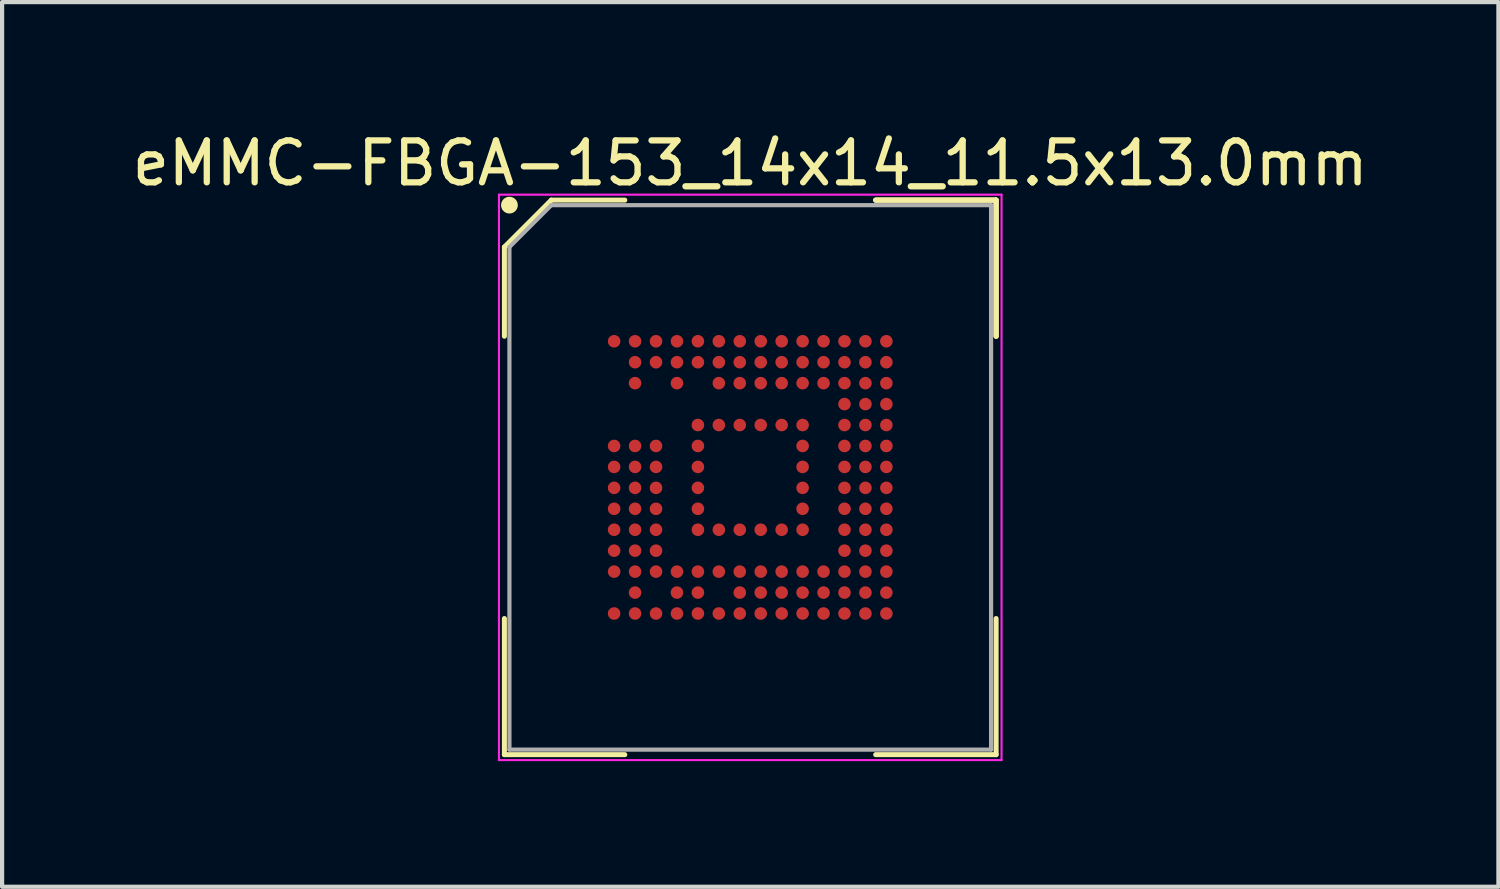
<source format=kicad_pcb>
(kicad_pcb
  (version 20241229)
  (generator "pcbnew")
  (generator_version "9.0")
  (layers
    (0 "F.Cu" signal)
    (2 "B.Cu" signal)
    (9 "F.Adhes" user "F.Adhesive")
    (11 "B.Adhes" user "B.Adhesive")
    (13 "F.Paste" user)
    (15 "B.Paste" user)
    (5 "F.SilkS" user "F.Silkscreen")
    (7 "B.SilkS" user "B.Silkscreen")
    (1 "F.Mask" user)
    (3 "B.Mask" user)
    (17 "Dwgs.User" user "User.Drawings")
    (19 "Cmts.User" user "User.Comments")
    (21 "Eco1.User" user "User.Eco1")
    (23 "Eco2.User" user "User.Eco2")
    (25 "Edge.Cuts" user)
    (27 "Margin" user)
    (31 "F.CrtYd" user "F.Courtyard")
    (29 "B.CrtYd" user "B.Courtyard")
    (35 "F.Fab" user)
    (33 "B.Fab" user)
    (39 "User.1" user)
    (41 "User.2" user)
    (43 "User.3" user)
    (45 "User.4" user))
  (footprint "eMMC-FBGA-153_14x14_11.5x13.0mm"
    (layer "F.Cu")
    (at 14.863 8.348)
    (property "Reference" "eMMC-FBGA-153_14x14_11.5x13.0mm" (at 0 -7.5 0) (layer "F.SilkS") (effects (font (size 1 1) (thickness 0.15))))
    (attr smd)
    (fp_line (start -5.87 -5.5) (end -5.87 -3.37) (stroke (width 0.12) (type solid)) (layer "F.SilkS"))
    (fp_line (start -5.87 6.62) (end -5.87 3.37) (stroke (width 0.12) (type solid)) (layer "F.SilkS"))
    (fp_line (start -4.75 -6.62) (end -5.87 -5.5) (stroke (width 0.12) (type solid)) (layer "F.SilkS"))
    (fp_line (start -2.995 -6.62) (end -4.75 -6.62) (stroke (width 0.12) (type solid)) (layer "F.SilkS"))
    (fp_line (start -2.995 6.62) (end -5.87 6.62) (stroke (width 0.12) (type solid)) (layer "F.SilkS"))
    (fp_line (start 2.995 -6.62) (end 5.87 -6.62) (stroke (width 0.12) (type solid)) (layer "F.SilkS"))
    (fp_line (start 2.995 -6.62) (end 5.87 -6.62) (stroke (width 0.12) (type solid)) (layer "F.SilkS"))
    (fp_line (start 2.995 -6.62) (end 5.87 -6.62) (stroke (width 0.12) (type solid)) (layer "F.SilkS"))
    (fp_line (start 2.995 6.62) (end 5.87 6.62) (stroke (width 0.12) (type solid)) (layer "F.SilkS"))
    (fp_line (start 5.87 -6.62) (end 5.87 -3.37) (stroke (width 0.12) (type solid)) (layer "F.SilkS"))
    (fp_line (start 5.87 -6.62) (end 5.87 -3.37) (stroke (width 0.12) (type solid)) (layer "F.SilkS"))
    (fp_line (start 5.87 -6.62) (end 5.87 -3.37) (stroke (width 0.12) (type solid)) (layer "F.SilkS"))
    (fp_line (start 5.87 6.62) (end 5.87 3.37) (stroke (width 0.12) (type solid)) (layer "F.SilkS"))
    (fp_circle (center -5.75 -6.5) (end -5.75 -6.4) (stroke (width 0.2) (type solid)) (fill no) (layer "F.SilkS"))
    (fp_line (start -6 -6.75) (end 6 -6.75) (stroke (width 0.05) (type solid)) (layer "F.CrtYd"))
    (fp_line (start -6 6.75) (end -6 -6.75) (stroke (width 0.05) (type solid)) (layer "F.CrtYd"))
    (fp_line (start 6 -6.75) (end 6 6.75) (stroke (width 0.05) (type solid)) (layer "F.CrtYd"))
    (fp_line (start 6 6.75) (end -6 6.75) (stroke (width 0.05) (type solid)) (layer "F.CrtYd"))
    (fp_line (start -5.75 -5.5) (end -5.75 6.5) (stroke (width 0.1) (type solid)) (layer "F.Fab"))
    (fp_line (start -5.75 6.5) (end 5.75 6.5) (stroke (width 0.1) (type solid)) (layer "F.Fab"))
    (fp_line (start -4.75 -6.5) (end -5.75 -5.5) (stroke (width 0.1) (type solid)) (layer "F.Fab"))
    (fp_line (start 5.75 -6.5) (end -4.75 -6.5) (stroke (width 0.1) (type solid)) (layer "F.Fab"))
    (fp_line (start 5.75 6.5) (end 5.75 -6.5) (stroke (width 0.1) (type solid)) (layer "F.Fab"))
    (pad "A1" smd circle (at -3.25 -3.25) (size 0.3 0.3) (layers "F.Cu" "F.Mask" "F.Paste"))
    (pad "A2" smd circle (at -2.75 -3.25) (size 0.3 0.3) (layers "F.Cu" "F.Mask" "F.Paste"))
    (pad "A3" smd circle (at -2.25 -3.25) (size 0.3 0.3) (layers "F.Cu" "F.Mask" "F.Paste"))
    (pad "A4" smd circle (at -1.75 -3.25) (size 0.3 0.3) (layers "F.Cu" "F.Mask" "F.Paste"))
    (pad "A5" smd circle (at -1.25 -3.25) (size 0.3 0.3) (layers "F.Cu" "F.Mask" "F.Paste"))
    (pad "A6" smd circle (at -0.75 -3.25) (size 0.3 0.3) (layers "F.Cu" "F.Mask" "F.Paste"))
    (pad "A7" smd circle (at -0.25 -3.25) (size 0.3 0.3) (layers "F.Cu" "F.Mask" "F.Paste"))
    (pad "A8" smd circle (at 0.25 -3.25) (size 0.3 0.3) (layers "F.Cu" "F.Mask" "F.Paste"))
    (pad "A9" smd circle (at 0.75 -3.25) (size 0.3 0.3) (layers "F.Cu" "F.Mask" "F.Paste"))
    (pad "A10" smd circle (at 1.25 -3.25) (size 0.3 0.3) (layers "F.Cu" "F.Mask" "F.Paste"))
    (pad "A11" smd circle (at 1.75 -3.25) (size 0.3 0.3) (layers "F.Cu" "F.Mask" "F.Paste"))
    (pad "A12" smd circle (at 2.25 -3.25) (size 0.3 0.3) (layers "F.Cu" "F.Mask" "F.Paste"))
    (pad "A13" smd circle (at 2.75 -3.25) (size 0.3 0.3) (layers "F.Cu" "F.Mask" "F.Paste"))
    (pad "A14" smd circle (at 3.25 -3.25) (size 0.3 0.3) (layers "F.Cu" "F.Mask" "F.Paste"))
    (pad "B2" smd circle (at -2.75 -2.75) (size 0.3 0.3) (layers "F.Cu" "F.Mask" "F.Paste"))
    (pad "B3" smd circle (at -2.25 -2.75) (size 0.3 0.3) (layers "F.Cu" "F.Mask" "F.Paste"))
    (pad "B4" smd circle (at -1.75 -2.75) (size 0.3 0.3) (layers "F.Cu" "F.Mask" "F.Paste"))
    (pad "B5" smd circle (at -1.25 -2.75) (size 0.3 0.3) (layers "F.Cu" "F.Mask" "F.Paste"))
    (pad "B6" smd circle (at -0.75 -2.75) (size 0.3 0.3) (layers "F.Cu" "F.Mask" "F.Paste"))
    (pad "B7" smd circle (at -0.25 -2.75) (size 0.3 0.3) (layers "F.Cu" "F.Mask" "F.Paste"))
    (pad "B8" smd circle (at 0.25 -2.75) (size 0.3 0.3) (layers "F.Cu" "F.Mask" "F.Paste"))
    (pad "B9" smd circle (at 0.75 -2.75) (size 0.3 0.3) (layers "F.Cu" "F.Mask" "F.Paste"))
    (pad "B10" smd circle (at 1.25 -2.75) (size 0.3 0.3) (layers "F.Cu" "F.Mask" "F.Paste"))
    (pad "B11" smd circle (at 1.75 -2.75) (size 0.3 0.3) (layers "F.Cu" "F.Mask" "F.Paste"))
    (pad "B12" smd circle (at 2.25 -2.75) (size 0.3 0.3) (layers "F.Cu" "F.Mask" "F.Paste"))
    (pad "B13" smd circle (at 2.75 -2.75) (size 0.3 0.3) (layers "F.Cu" "F.Mask" "F.Paste"))
    (pad "B14" smd circle (at 3.25 -2.75) (size 0.3 0.3) (layers "F.Cu" "F.Mask" "F.Paste"))
    (pad "C2" smd circle (at -2.75 -2.25) (size 0.3 0.3) (layers "F.Cu" "F.Mask" "F.Paste"))
    (pad "C4" smd circle (at -1.75 -2.25) (size 0.3 0.3) (layers "F.Cu" "F.Mask" "F.Paste"))
    (pad "C6" smd circle (at -0.75 -2.25) (size 0.3 0.3) (layers "F.Cu" "F.Mask" "F.Paste"))
    (pad "C7" smd circle (at -0.25 -2.25) (size 0.3 0.3) (layers "F.Cu" "F.Mask" "F.Paste"))
    (pad "C8" smd circle (at 0.25 -2.25) (size 0.3 0.3) (layers "F.Cu" "F.Mask" "F.Paste"))
    (pad "C9" smd circle (at 0.75 -2.25) (size 0.3 0.3) (layers "F.Cu" "F.Mask" "F.Paste"))
    (pad "C10" smd circle (at 1.25 -2.25) (size 0.3 0.3) (layers "F.Cu" "F.Mask" "F.Paste"))
    (pad "C11" smd circle (at 1.75 -2.25) (size 0.3 0.3) (layers "F.Cu" "F.Mask" "F.Paste"))
    (pad "C12" smd circle (at 2.25 -2.25) (size 0.3 0.3) (layers "F.Cu" "F.Mask" "F.Paste"))
    (pad "C13" smd circle (at 2.75 -2.25) (size 0.3 0.3) (layers "F.Cu" "F.Mask" "F.Paste"))
    (pad "C14" smd circle (at 3.25 -2.25) (size 0.3 0.3) (layers "F.Cu" "F.Mask" "F.Paste"))
    (pad "D12" smd circle (at 2.25 -1.75) (size 0.3 0.3) (layers "F.Cu" "F.Mask" "F.Paste"))
    (pad "D13" smd circle (at 2.75 -1.75) (size 0.3 0.3) (layers "F.Cu" "F.Mask" "F.Paste"))
    (pad "D14" smd circle (at 3.25 -1.75) (size 0.3 0.3) (layers "F.Cu" "F.Mask" "F.Paste"))
    (pad "E5" smd circle (at -1.25 -1.25) (size 0.3 0.3) (layers "F.Cu" "F.Mask" "F.Paste"))
    (pad "E6" smd circle (at -0.75 -1.25) (size 0.3 0.3) (layers "F.Cu" "F.Mask" "F.Paste"))
    (pad "E7" smd circle (at -0.25 -1.25) (size 0.3 0.3) (layers "F.Cu" "F.Mask" "F.Paste"))
    (pad "E8" smd circle (at 0.25 -1.25) (size 0.3 0.3) (layers "F.Cu" "F.Mask" "F.Paste"))
    (pad "E9" smd circle (at 0.75 -1.25) (size 0.3 0.3) (layers "F.Cu" "F.Mask" "F.Paste"))
    (pad "E10" smd circle (at 1.25 -1.25) (size 0.3 0.3) (layers "F.Cu" "F.Mask" "F.Paste"))
    (pad "E12" smd circle (at 2.25 -1.25) (size 0.3 0.3) (layers "F.Cu" "F.Mask" "F.Paste"))
    (pad "E13" smd circle (at 2.75 -1.25) (size 0.3 0.3) (layers "F.Cu" "F.Mask" "F.Paste"))
    (pad "E14" smd circle (at 3.25 -1.25) (size 0.3 0.3) (layers "F.Cu" "F.Mask" "F.Paste"))
    (pad "F1" smd circle (at -3.25 -0.75) (size 0.3 0.3) (layers "F.Cu" "F.Mask" "F.Paste"))
    (pad "F2" smd circle (at -2.75 -0.75) (size 0.3 0.3) (layers "F.Cu" "F.Mask" "F.Paste"))
    (pad "F3" smd circle (at -2.25 -0.75) (size 0.3 0.3) (layers "F.Cu" "F.Mask" "F.Paste"))
    (pad "F5" smd circle (at -1.25 -0.75) (size 0.3 0.3) (layers "F.Cu" "F.Mask" "F.Paste"))
    (pad "F10" smd circle (at 1.25 -0.75) (size 0.3 0.3) (layers "F.Cu" "F.Mask" "F.Paste"))
    (pad "F12" smd circle (at 2.25 -0.75) (size 0.3 0.3) (layers "F.Cu" "F.Mask" "F.Paste"))
    (pad "F13" smd circle (at 2.75 -0.75) (size 0.3 0.3) (layers "F.Cu" "F.Mask" "F.Paste"))
    (pad "F14" smd circle (at 3.25 -0.75) (size 0.3 0.3) (layers "F.Cu" "F.Mask" "F.Paste"))
    (pad "G1" smd circle (at -3.25 -0.25) (size 0.3 0.3) (layers "F.Cu" "F.Mask" "F.Paste"))
    (pad "G2" smd circle (at -2.75 -0.25) (size 0.3 0.3) (layers "F.Cu" "F.Mask" "F.Paste"))
    (pad "G3" smd circle (at -2.25 -0.25) (size 0.3 0.3) (layers "F.Cu" "F.Mask" "F.Paste"))
    (pad "G5" smd circle (at -1.25 -0.25) (size 0.3 0.3) (layers "F.Cu" "F.Mask" "F.Paste"))
    (pad "G10" smd circle (at 1.25 -0.25) (size 0.3 0.3) (layers "F.Cu" "F.Mask" "F.Paste"))
    (pad "G12" smd circle (at 2.25 -0.25) (size 0.3 0.3) (layers "F.Cu" "F.Mask" "F.Paste"))
    (pad "G13" smd circle (at 2.75 -0.25) (size 0.3 0.3) (layers "F.Cu" "F.Mask" "F.Paste"))
    (pad "G14" smd circle (at 3.25 -0.25) (size 0.3 0.3) (layers "F.Cu" "F.Mask" "F.Paste"))
    (pad "H1" smd circle (at -3.25 0.25) (size 0.3 0.3) (layers "F.Cu" "F.Mask" "F.Paste"))
    (pad "H2" smd circle (at -2.75 0.25) (size 0.3 0.3) (layers "F.Cu" "F.Mask" "F.Paste"))
    (pad "H3" smd circle (at -2.25 0.25) (size 0.3 0.3) (layers "F.Cu" "F.Mask" "F.Paste"))
    (pad "H5" smd circle (at -1.25 0.25) (size 0.3 0.3) (layers "F.Cu" "F.Mask" "F.Paste"))
    (pad "H10" smd circle (at 1.25 0.25) (size 0.3 0.3) (layers "F.Cu" "F.Mask" "F.Paste"))
    (pad "H12" smd circle (at 2.25 0.25) (size 0.3 0.3) (layers "F.Cu" "F.Mask" "F.Paste"))
    (pad "H13" smd circle (at 2.75 0.25) (size 0.3 0.3) (layers "F.Cu" "F.Mask" "F.Paste"))
    (pad "H14" smd circle (at 3.25 0.25) (size 0.3 0.3) (layers "F.Cu" "F.Mask" "F.Paste"))
    (pad "J1" smd circle (at -3.25 0.75) (size 0.3 0.3) (layers "F.Cu" "F.Mask" "F.Paste"))
    (pad "J2" smd circle (at -2.75 0.75) (size 0.3 0.3) (layers "F.Cu" "F.Mask" "F.Paste"))
    (pad "J3" smd circle (at -2.25 0.75) (size 0.3 0.3) (layers "F.Cu" "F.Mask" "F.Paste"))
    (pad "J5" smd circle (at -1.25 0.75) (size 0.3 0.3) (layers "F.Cu" "F.Mask" "F.Paste"))
    (pad "J10" smd circle (at 1.25 0.75) (size 0.3 0.3) (layers "F.Cu" "F.Mask" "F.Paste"))
    (pad "J12" smd circle (at 2.25 0.75) (size 0.3 0.3) (layers "F.Cu" "F.Mask" "F.Paste"))
    (pad "J13" smd circle (at 2.75 0.75) (size 0.3 0.3) (layers "F.Cu" "F.Mask" "F.Paste"))
    (pad "J14" smd circle (at 3.25 0.75) (size 0.3 0.3) (layers "F.Cu" "F.Mask" "F.Paste"))
    (pad "K1" smd circle (at -3.25 1.25) (size 0.3 0.3) (layers "F.Cu" "F.Mask" "F.Paste"))
    (pad "K2" smd circle (at -2.75 1.25) (size 0.3 0.3) (layers "F.Cu" "F.Mask" "F.Paste"))
    (pad "K3" smd circle (at -2.25 1.25) (size 0.3 0.3) (layers "F.Cu" "F.Mask" "F.Paste"))
    (pad "K5" smd circle (at -1.25 1.25) (size 0.3 0.3) (layers "F.Cu" "F.Mask" "F.Paste"))
    (pad "K6" smd circle (at -0.75 1.25) (size 0.3 0.3) (layers "F.Cu" "F.Mask" "F.Paste"))
    (pad "K7" smd circle (at -0.25 1.25) (size 0.3 0.3) (layers "F.Cu" "F.Mask" "F.Paste"))
    (pad "K8" smd circle (at 0.25 1.25) (size 0.3 0.3) (layers "F.Cu" "F.Mask" "F.Paste"))
    (pad "K9" smd circle (at 0.75 1.25) (size 0.3 0.3) (layers "F.Cu" "F.Mask" "F.Paste"))
    (pad "K10" smd circle (at 1.25 1.25) (size 0.3 0.3) (layers "F.Cu" "F.Mask" "F.Paste"))
    (pad "K12" smd circle (at 2.25 1.25) (size 0.3 0.3) (layers "F.Cu" "F.Mask" "F.Paste"))
    (pad "K13" smd circle (at 2.75 1.25) (size 0.3 0.3) (layers "F.Cu" "F.Mask" "F.Paste"))
    (pad "K14" smd circle (at 3.25 1.25) (size 0.3 0.3) (layers "F.Cu" "F.Mask" "F.Paste"))
    (pad "L1" smd circle (at -3.25 1.75) (size 0.3 0.3) (layers "F.Cu" "F.Mask" "F.Paste"))
    (pad "L2" smd circle (at -2.75 1.75) (size 0.3 0.3) (layers "F.Cu" "F.Mask" "F.Paste"))
    (pad "L3" smd circle (at -2.25 1.75) (size 0.3 0.3) (layers "F.Cu" "F.Mask" "F.Paste"))
    (pad "L12" smd circle (at 2.25 1.75) (size 0.3 0.3) (layers "F.Cu" "F.Mask" "F.Paste"))
    (pad "L13" smd circle (at 2.75 1.75) (size 0.3 0.3) (layers "F.Cu" "F.Mask" "F.Paste"))
    (pad "L14" smd circle (at 3.25 1.75) (size 0.3 0.3) (layers "F.Cu" "F.Mask" "F.Paste"))
    (pad "M1" smd circle (at -3.25 2.25) (size 0.3 0.3) (layers "F.Cu" "F.Mask" "F.Paste"))
    (pad "M2" smd circle (at -2.75 2.25) (size 0.3 0.3) (layers "F.Cu" "F.Mask" "F.Paste"))
    (pad "M3" smd circle (at -2.25 2.25) (size 0.3 0.3) (layers "F.Cu" "F.Mask" "F.Paste"))
    (pad "M4" smd circle (at -1.75 2.25) (size 0.3 0.3) (layers "F.Cu" "F.Mask" "F.Paste"))
    (pad "M5" smd circle (at -1.25 2.25) (size 0.3 0.3) (layers "F.Cu" "F.Mask" "F.Paste"))
    (pad "M6" smd circle (at -0.75 2.25) (size 0.3 0.3) (layers "F.Cu" "F.Mask" "F.Paste"))
    (pad "M7" smd circle (at -0.25 2.25) (size 0.3 0.3) (layers "F.Cu" "F.Mask" "F.Paste"))
    (pad "M8" smd circle (at 0.25 2.25) (size 0.3 0.3) (layers "F.Cu" "F.Mask" "F.Paste"))
    (pad "M9" smd circle (at 0.75 2.25) (size 0.3 0.3) (layers "F.Cu" "F.Mask" "F.Paste"))
    (pad "M10" smd circle (at 1.25 2.25) (size 0.3 0.3) (layers "F.Cu" "F.Mask" "F.Paste"))
    (pad "M11" smd circle (at 1.75 2.25) (size 0.3 0.3) (layers "F.Cu" "F.Mask" "F.Paste"))
    (pad "M12" smd circle (at 2.25 2.25) (size 0.3 0.3) (layers "F.Cu" "F.Mask" "F.Paste"))
    (pad "M13" smd circle (at 2.75 2.25) (size 0.3 0.3) (layers "F.Cu" "F.Mask" "F.Paste"))
    (pad "M14" smd circle (at 3.25 2.25) (size 0.3 0.3) (layers "F.Cu" "F.Mask" "F.Paste"))
    (pad "N2" smd circle (at -2.75 2.75) (size 0.3 0.3) (layers "F.Cu" "F.Mask" "F.Paste"))
    (pad "N4" smd circle (at -1.75 2.75) (size 0.3 0.3) (layers "F.Cu" "F.Mask" "F.Paste"))
    (pad "N5" smd circle (at -1.25 2.75) (size 0.3 0.3) (layers "F.Cu" "F.Mask" "F.Paste"))
    (pad "N7" smd circle (at -0.25 2.75) (size 0.3 0.3) (layers "F.Cu" "F.Mask" "F.Paste"))
    (pad "N8" smd circle (at 0.25 2.75) (size 0.3 0.3) (layers "F.Cu" "F.Mask" "F.Paste"))
    (pad "N9" smd circle (at 0.75 2.75) (size 0.3 0.3) (layers "F.Cu" "F.Mask" "F.Paste"))
    (pad "N10" smd circle (at 1.25 2.75) (size 0.3 0.3) (layers "F.Cu" "F.Mask" "F.Paste"))
    (pad "N11" smd circle (at 1.75 2.75) (size 0.3 0.3) (layers "F.Cu" "F.Mask" "F.Paste"))
    (pad "N12" smd circle (at 2.25 2.75) (size 0.3 0.3) (layers "F.Cu" "F.Mask" "F.Paste"))
    (pad "N13" smd circle (at 2.75 2.75) (size 0.3 0.3) (layers "F.Cu" "F.Mask" "F.Paste"))
    (pad "N14" smd circle (at 3.25 2.75) (size 0.3 0.3) (layers "F.Cu" "F.Mask" "F.Paste"))
    (pad "P1" smd circle (at -3.25 3.25) (size 0.3 0.3) (layers "F.Cu" "F.Mask" "F.Paste"))
    (pad "P2" smd circle (at -2.75 3.25) (size 0.3 0.3) (layers "F.Cu" "F.Mask" "F.Paste"))
    (pad "P3" smd circle (at -2.25 3.25) (size 0.3 0.3) (layers "F.Cu" "F.Mask" "F.Paste"))
    (pad "P4" smd circle (at -1.75 3.25) (size 0.3 0.3) (layers "F.Cu" "F.Mask" "F.Paste"))
    (pad "P5" smd circle (at -1.25 3.25) (size 0.3 0.3) (layers "F.Cu" "F.Mask" "F.Paste"))
    (pad "P6" smd circle (at -0.75 3.25) (size 0.3 0.3) (layers "F.Cu" "F.Mask" "F.Paste"))
    (pad "P7" smd circle (at -0.25 3.25) (size 0.3 0.3) (layers "F.Cu" "F.Mask" "F.Paste"))
    (pad "P8" smd circle (at 0.25 3.25) (size 0.3 0.3) (layers "F.Cu" "F.Mask" "F.Paste"))
    (pad "P9" smd circle (at 0.75 3.25) (size 0.3 0.3) (layers "F.Cu" "F.Mask" "F.Paste"))
    (pad "P10" smd circle (at 1.25 3.25) (size 0.3 0.3) (layers "F.Cu" "F.Mask" "F.Paste"))
    (pad "P11" smd circle (at 1.75 3.25) (size 0.3 0.3) (layers "F.Cu" "F.Mask" "F.Paste"))
    (pad "P12" smd circle (at 2.25 3.25) (size 0.3 0.3) (layers "F.Cu" "F.Mask" "F.Paste"))
    (pad "P13" smd circle (at 2.75 3.25) (size 0.3 0.3) (layers "F.Cu" "F.Mask" "F.Paste"))
    (pad "P14" smd circle (at 3.25 3.25) (size 0.3 0.3) (layers "F.Cu" "F.Mask" "F.Paste")))
  (gr_rect
    (start -3 -3)
    (end 32.726 18.123)
    (stroke (width 0.1) (type default))
    (fill no)
    (layer "Edge.Cuts")))
</source>
